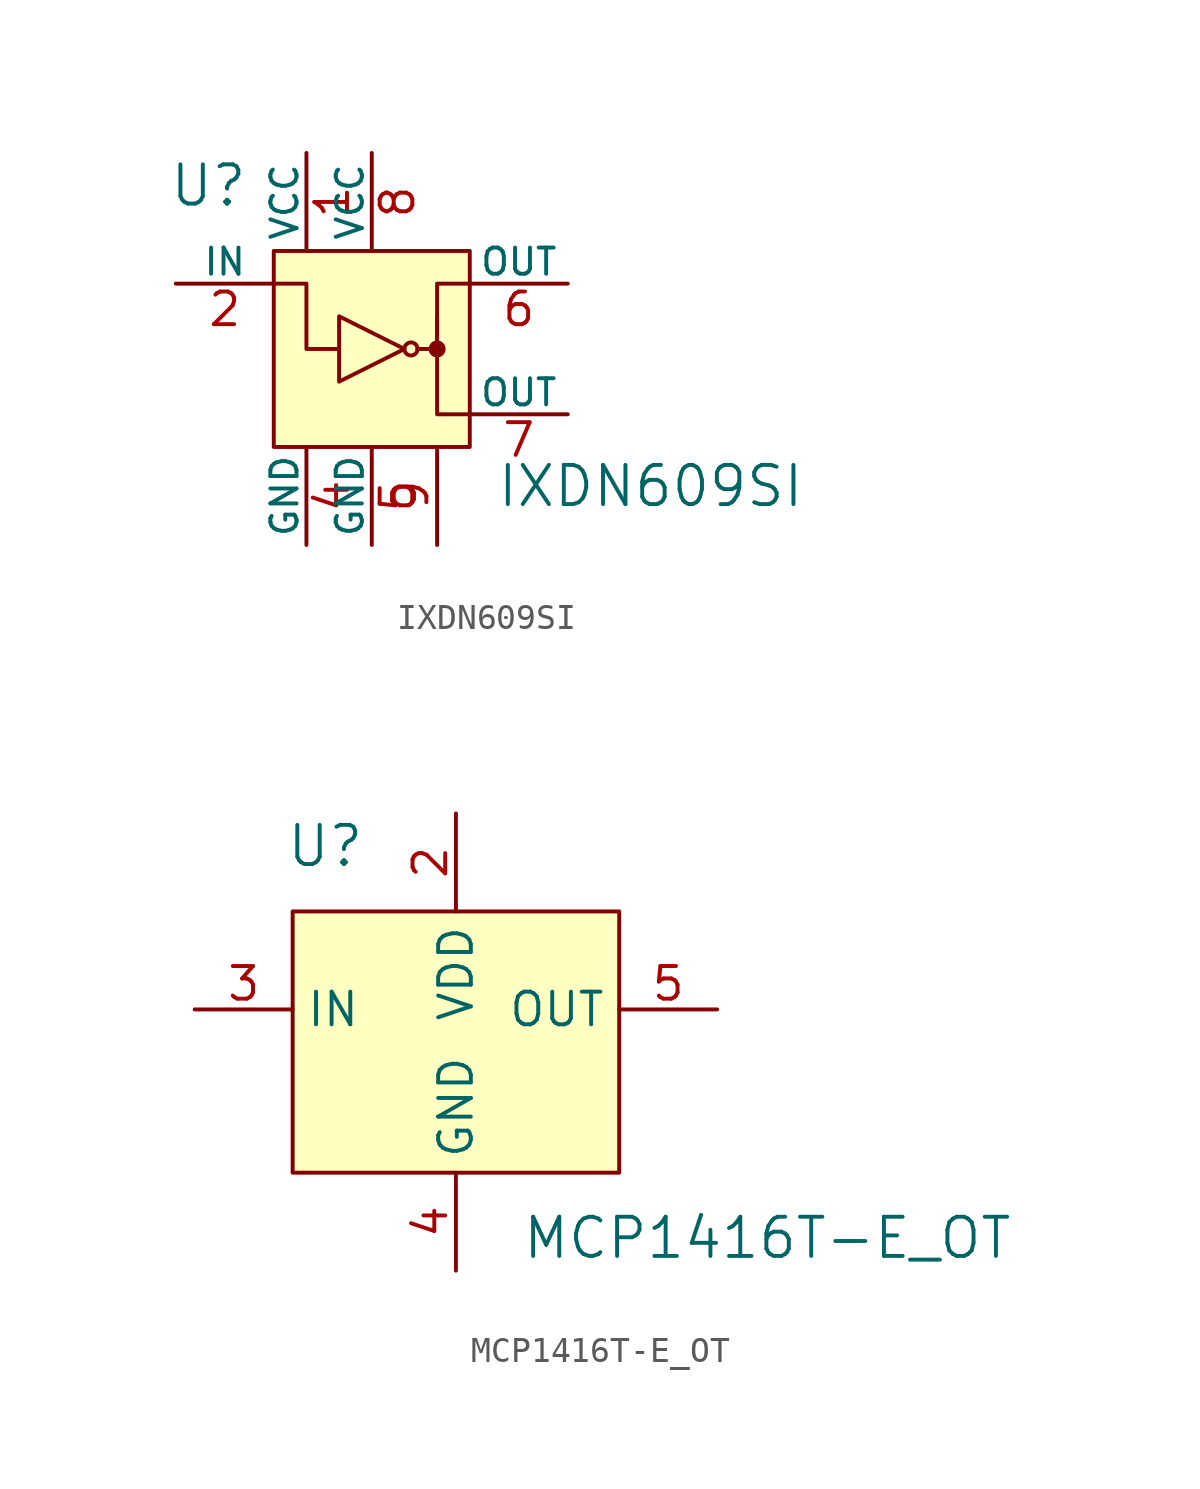
<source format=kicad_sym>
(kicad_symbol_lib
  (version 20201005)
  (generator kicad_symbol_editor)
  (symbol "IXDN609SI"
    (pin_names
      (offset 0))
    (property "Reference" "U"
      (at -6.35 6.35 0)
      (effects (font (size 1.524 1.524))))
    (property "Value" "IXDN609SI"
      (at 4.826 -5.334 0)
      (effects (font (size 1.524 1.524)) (justify left)))
    (symbol "IXDN609SI_0_1"
      (circle (center 1.524 0) (radius 0.254) (stroke (width 0)) (fill (type none)))
      (circle (center 2.54 0) (radius 0.254) (stroke (width 0)) (fill (type outline)))
      (rectangle (start -3.81 3.81) (end 3.81 -3.81) (stroke (width 0)) (fill (type background)))
      (polyline (pts (xy 2.54 1.27) (xy 2.54 -2.54) (xy 3.81 -2.54)) (stroke (width 0)) (fill (type none)))
      (polyline (pts (xy -3.81 2.54) (xy -2.54 2.54) (xy -2.54 0) (xy -1.27 0)) (stroke (width 0)) (fill (type none)))
      (polyline (pts (xy -1.27 1.27) (xy -1.27 -1.27) (xy 1.27 0) (xy -1.27 1.27)) (stroke (width 0)) (fill (type none)))
      (polyline (pts (xy 1.778 0) (xy 2.54 0) (xy 2.54 2.54) (xy 3.81 2.54)) (stroke (width 0)) (fill (type none))))
    (symbol "IXDN609SI_1_1"
      (pin power_in line (at -2.54 7.62 270) (length 3.81) (name "VCC" (effects (font (size 1.016 1.016)))) (number "1" (effects (font (size 1.27 1.27)))))
      (pin input line (at -7.62 2.54 0) (length 3.81) (name "IN" (effects (font (size 1.016 1.016)))) (number "2" (effects (font (size 1.27 1.27)))))
      (pin no_connect line (at -3.81 -2.54 0) (length 3.81) hide (name "NC" (effects (font (size 1.016 1.016)))) (number "3" (effects (font (size 1.27 1.27)))))
      (pin power_in line (at -2.54 -7.62 90) (length 3.81) (name "GND" (effects (font (size 1.016 1.016)))) (number "4" (effects (font (size 1.27 1.27)))))
      (pin power_in line (at 0 -7.62 90) (length 3.81) (name "GND" (effects (font (size 1.016 1.016)))) (number "5" (effects (font (size 1.27 1.27)))))
      (pin output line (at 7.62 2.54 180) (length 3.81) (name "OUT" (effects (font (size 1.016 1.016)))) (number "6" (effects (font (size 1.27 1.27)))))
      (pin output line (at 7.62 -2.54 180) (length 3.81) (name "OUT" (effects (font (size 1.016 1.016)))) (number "7" (effects (font (size 1.27 1.27)))))
      (pin power_in line (at 0 7.62 270) (length 3.81) (name "VCC" (effects (font (size 1.016 1.016)))) (number "8" (effects (font (size 1.27 1.27)))))
      (pin unspecified line (at 2.54 -7.62 90) (length 3.81) (name "~" (effects (font (size 1.016 1.016)))) (number "9" (effects (font (size 1.27 1.27)))))))
  (symbol "MCP1416T-E_OT"
    (property "Reference" "U"
      (at -5.08 8.89 0)
      (effects (font (size 1.524 1.524))))
    (property "Value" "MCP1416T-E_OT"
      (at 2.54 -6.35 0)
      (effects (font (size 1.524 1.524)) (justify left)))
    (symbol "MCP1416T-E_OT_0_1"
      (rectangle (start -6.35 6.35) (end 6.35 -3.81) (stroke (width 0)) (fill (type background))))
    (symbol "MCP1416T-E_OT_1_1"
      (pin no_connect line (at -6.35 -1.27 0) (length 3.81) hide (name "NC" (effects (font (size 1.27 1.27)))) (number "1" (effects (font (size 1.27 1.27)))))
      (pin power_in line (at 0 10.16 270) (length 3.81) (name "VDD" (effects (font (size 1.27 1.27)))) (number "2" (effects (font (size 1.27 1.27)))))
      (pin input line (at -10.16 2.54 0) (length 3.81) (name "IN" (effects (font (size 1.27 1.27)))) (number "3" (effects (font (size 1.27 1.27)))))
      (pin power_in line (at 0 -7.62 90) (length 3.81) (name "GND" (effects (font (size 1.27 1.27)))) (number "4" (effects (font (size 1.27 1.27)))))
      (pin output line (at 10.16 2.54 180) (length 3.81) (name "OUT" (effects (font (size 1.27 1.27)))) (number "5" (effects (font (size 1.27 1.27))))))))
</source>
